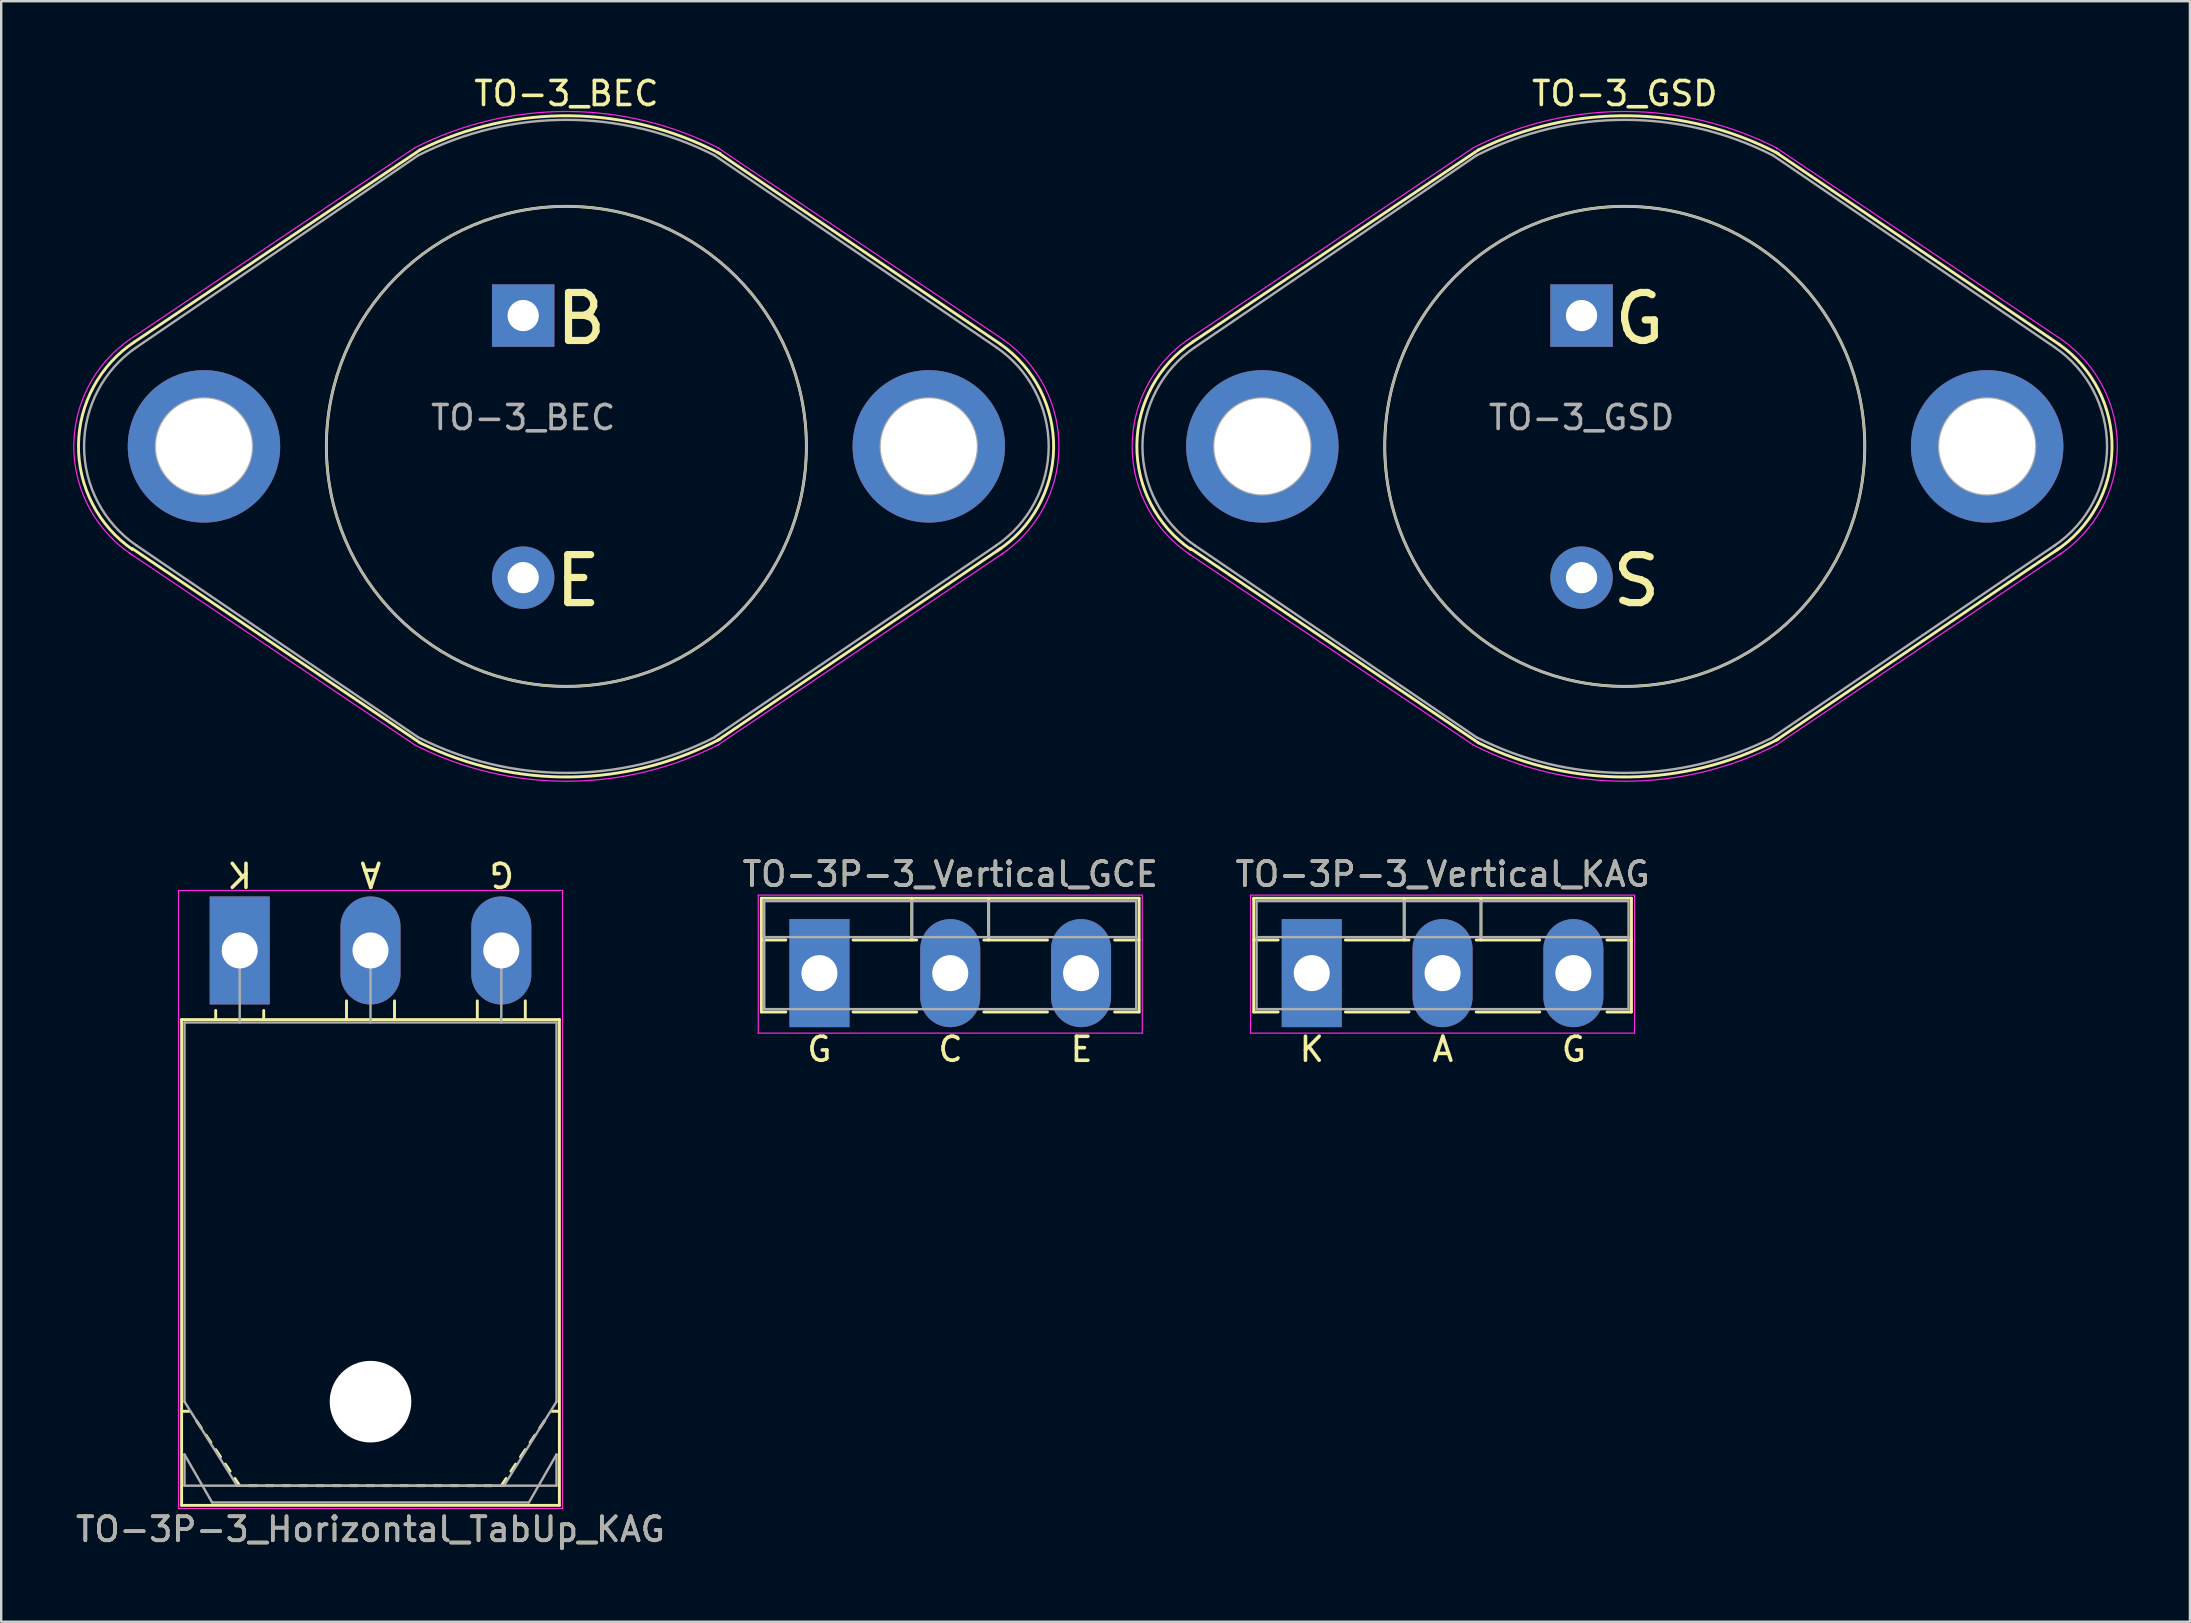
<source format=kicad_pcb>
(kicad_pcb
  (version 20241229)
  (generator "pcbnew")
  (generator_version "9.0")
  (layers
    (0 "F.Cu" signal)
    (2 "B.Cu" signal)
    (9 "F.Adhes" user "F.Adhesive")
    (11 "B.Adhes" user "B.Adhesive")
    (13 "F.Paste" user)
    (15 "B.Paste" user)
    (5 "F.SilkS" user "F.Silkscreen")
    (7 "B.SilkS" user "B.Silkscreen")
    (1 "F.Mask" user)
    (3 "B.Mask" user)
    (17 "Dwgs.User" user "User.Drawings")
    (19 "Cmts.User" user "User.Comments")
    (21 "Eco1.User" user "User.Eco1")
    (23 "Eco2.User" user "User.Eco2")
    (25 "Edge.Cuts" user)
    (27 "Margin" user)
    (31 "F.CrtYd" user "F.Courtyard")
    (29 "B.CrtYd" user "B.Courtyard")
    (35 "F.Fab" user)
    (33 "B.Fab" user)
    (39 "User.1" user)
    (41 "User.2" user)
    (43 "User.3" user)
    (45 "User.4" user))
  (footprint "TO-3P-3_Horizontal_TabUp_KAG"
    (layer "F.Cu")
    (at 6.937 36.55)
    (property "Reference" "TO-3P-3_Horizontal_TabUp_KAG" (at 5.45 24.12 0) (layer "F.SilkS") (effects (font (size 1 1) (thickness 0.15))))
    (fp_line (start -2.42 23.12) (end -2.42 2.88) (stroke (width 0.12) (type solid)) (layer "F.SilkS"))
    (fp_line (start -2.1 19.2) (end -2.4 19.2) (stroke (width 0.12) (type solid)) (layer "F.SilkS"))
    (fp_line (start -1.8 19.6) (end -1.6 19.9) (stroke (width 0.12) (type solid)) (layer "F.SilkS"))
    (fp_line (start -1.4 20.2) (end -1.2 20.5) (stroke (width 0.12) (type solid)) (layer "F.SilkS"))
    (fp_line (start -1 2.85) (end -1 2.5) (stroke (width 0.12) (type solid)) (layer "F.SilkS"))
    (fp_line (start -1 20.8) (end -0.8 21.1) (stroke (width 0.12) (type solid)) (layer "F.SilkS"))
    (fp_line (start -0.6 21.4) (end -0.4 21.7) (stroke (width 0.12) (type solid)) (layer "F.SilkS"))
    (fp_line (start -0.2 22) (end 0 22.3) (stroke (width 0.12) (type solid)) (layer "F.SilkS"))
    (fp_line (start 0.7 22.3) (end 0.4 22.3) (stroke (width 0.12) (type solid)) (layer "F.SilkS"))
    (fp_line (start 1 2.85) (end 1 2.5) (stroke (width 0.12) (type solid)) (layer "F.SilkS"))
    (fp_line (start 1.4 22.3) (end 1.1 22.3) (stroke (width 0.12) (type solid)) (layer "F.SilkS"))
    (fp_line (start 2.1 22.3) (end 1.8 22.3) (stroke (width 0.12) (type solid)) (layer "F.SilkS"))
    (fp_line (start 2.8 22.3) (end 2.5 22.3) (stroke (width 0.12) (type solid)) (layer "F.SilkS"))
    (fp_line (start 3.5 22.3) (end 3.2 22.3) (stroke (width 0.12) (type solid)) (layer "F.SilkS"))
    (fp_line (start 4.2 22.3) (end 3.9 22.3) (stroke (width 0.12) (type solid)) (layer "F.SilkS"))
    (fp_line (start 4.45 2.85) (end 4.45 2.1) (stroke (width 0.12) (type solid)) (layer "F.SilkS"))
    (fp_line (start 4.9 22.3) (end 4.6 22.3) (stroke (width 0.12) (type solid)) (layer "F.SilkS"))
    (fp_line (start 5.6 22.3) (end 5.3 22.3) (stroke (width 0.12) (type solid)) (layer "F.SilkS"))
    (fp_line (start 6.3 22.3) (end 6 22.3) (stroke (width 0.12) (type solid)) (layer "F.SilkS"))
    (fp_line (start 6.45 2.85) (end 6.45 2.1) (stroke (width 0.12) (type solid)) (layer "F.SilkS"))
    (fp_line (start 7 22.3) (end 6.7 22.3) (stroke (width 0.12) (type solid)) (layer "F.SilkS"))
    (fp_line (start 7.7 22.3) (end 7.4 22.3) (stroke (width 0.12) (type solid)) (layer "F.SilkS"))
    (fp_line (start 8.4 22.3) (end 8.1 22.3) (stroke (width 0.12) (type solid)) (layer "F.SilkS"))
    (fp_line (start 9.1 22.3) (end 8.8 22.3) (stroke (width 0.12) (type solid)) (layer "F.SilkS"))
    (fp_line (start 9.8 22.3) (end 9.5 22.3) (stroke (width 0.12) (type solid)) (layer "F.SilkS"))
    (fp_line (start 9.9 2.85) (end 9.9 2.1) (stroke (width 0.12) (type solid)) (layer "F.SilkS"))
    (fp_line (start 10.5 22.3) (end 10.2 22.3) (stroke (width 0.12) (type solid)) (layer "F.SilkS"))
    (fp_line (start 11.1 22) (end 10.9 22.3) (stroke (width 0.12) (type solid)) (layer "F.SilkS"))
    (fp_line (start 11.5 21.4) (end 11.3 21.7) (stroke (width 0.12) (type solid)) (layer "F.SilkS"))
    (fp_line (start 11.9 2.85) (end 11.9 2.1) (stroke (width 0.12) (type solid)) (layer "F.SilkS"))
    (fp_line (start 11.9 20.8) (end 11.7 21.1) (stroke (width 0.12) (type solid)) (layer "F.SilkS"))
    (fp_line (start 12.3 20.2) (end 12.1 20.5) (stroke (width 0.12) (type solid)) (layer "F.SilkS"))
    (fp_line (start 12.7 19.6) (end 12.5 19.9) (stroke (width 0.12) (type solid)) (layer "F.SilkS"))
    (fp_line (start 13 19.2) (end 13.3 19.2) (stroke (width 0.12) (type solid)) (layer "F.SilkS"))
    (fp_line (start 13.32 2.88) (end -2.42 2.88) (stroke (width 0.12) (type solid)) (layer "F.SilkS"))
    (fp_line (start 13.32 23.12) (end -2.42 23.12) (stroke (width 0.12) (type solid)) (layer "F.SilkS"))
    (fp_line (start 13.32 23.12) (end 13.32 2.88) (stroke (width 0.12) (type solid)) (layer "F.SilkS"))
    (fp_line (start -2.55 -2.5) (end -2.55 23.25) (stroke (width 0.05) (type solid)) (layer "F.CrtYd"))
    (fp_line (start -2.55 23.25) (end 13.45 23.25) (stroke (width 0.05) (type solid)) (layer "F.CrtYd"))
    (fp_line (start 13.45 -2.5) (end -2.55 -2.5) (stroke (width 0.05) (type solid)) (layer "F.CrtYd"))
    (fp_line (start 13.45 23.25) (end 13.45 -2.5) (stroke (width 0.05) (type solid)) (layer "F.CrtYd"))
    (fp_line (start -2.3 3) (end -2.3 18.8) (stroke (width 0.1) (type solid)) (layer "F.Fab"))
    (fp_line (start -2.3 18.8) (end -0.11 22.3) (stroke (width 0.1) (type solid)) (layer "F.Fab"))
    (fp_line (start -2.3 21) (end -1.15 23) (stroke (width 0.1) (type solid)) (layer "F.Fab"))
    (fp_line (start -2.3 22.3) (end -2.3 21) (stroke (width 0.1) (type solid)) (layer "F.Fab"))
    (fp_line (start -1.15 23) (end 12.05 23) (stroke (width 0.1) (type solid)) (layer "F.Fab"))
    (fp_line (start -0.11 22.3) (end 11.01 22.3) (stroke (width 0.1) (type solid)) (layer "F.Fab"))
    (fp_line (start 0 3) (end 0 0) (stroke (width 0.1) (type solid)) (layer "F.Fab"))
    (fp_line (start 5.45 3) (end 5.45 0) (stroke (width 0.1) (type solid)) (layer "F.Fab"))
    (fp_line (start 10.9 3) (end 10.9 0) (stroke (width 0.1) (type solid)) (layer "F.Fab"))
    (fp_line (start 11.01 22.3) (end 13.2 18.8) (stroke (width 0.1) (type solid)) (layer "F.Fab"))
    (fp_line (start 12.05 23) (end 13.2 21) (stroke (width 0.1) (type solid)) (layer "F.Fab"))
    (fp_line (start 13.2 3) (end -2.3 3) (stroke (width 0.1) (type solid)) (layer "F.Fab"))
    (fp_line (start 13.2 18.8) (end 13.2 3) (stroke (width 0.1) (type solid)) (layer "F.Fab"))
    (fp_line (start 13.2 21) (end 13.2 22.3) (stroke (width 0.1) (type solid)) (layer "F.Fab"))
    (fp_line (start 13.2 22.3) (end -2.3 22.3) (stroke (width 0.1) (type solid)) (layer "F.Fab"))
    (fp_circle (center 5.45 18.8) (end 7.05 18.8) (stroke (width 0.1) (type solid)) (fill no) (layer "F.Fab"))
    (fp_text user "K" (at 0 -3.175 180) (unlocked yes) (layer "F.SilkS") (effects (font (size 1 1) (thickness 0.15))))
    (fp_text user "G" (at 10.922 -3.175 180) (unlocked yes) (layer "F.SilkS") (effects (font (size 1 1) (thickness 0.15))))
    (fp_text user "A" (at 5.461 -3.175 180) (unlocked yes) (layer "F.SilkS") (effects (font (size 1 1) (thickness 0.15))))
    (fp_text user "${REFERENCE}" (at 5.45 24.12 0) (layer "F.Fab") (effects (font (size 1 1) (thickness 0.15))))
    (pad "" np_thru_hole oval (at 5.45 18.8) (size 3.4 3.4) (drill 3.4) (layers "*.Cu" "*.Mask"))
    (pad "1" thru_hole rect (at 0 0) (size 2.5 4.5) (drill 1.5) (layers "*.Cu" "*.Mask"))
    (pad "2" thru_hole oval (at 5.45 0) (size 2.5 4.5) (drill 1.5) (layers "*.Cu" "*.Mask"))
    (pad "3" thru_hole oval (at 10.9 0) (size 2.5 4.5) (drill 1.5) (layers "*.Cu" "*.Mask")))
  (footprint "TO-3_GSD"
    (layer "F.Cu")
    (at 62.845 10.098)
    (property "Reference" "TO-3_GSD" (at 1.8 -9.25 0) (layer "F.SilkS") (effects (font (size 1 1) (thickness 0.15))))
    (fp_line (start -4.3 -6.9) (end -16.2 1.1) (stroke (width 0.12) (type solid)) (layer "F.SilkS"))
    (fp_line (start -4.3 17.8) (end -16.3 9.7) (stroke (width 0.12) (type solid)) (layer "F.SilkS"))
    (fp_line (start 8.1 -6.8) (end 19.9 1.2) (stroke (width 0.12) (type solid)) (layer "F.SilkS"))
    (fp_line (start 8.1 17.7) (end 19.9 9.7) (stroke (width 0.12) (type solid)) (layer "F.SilkS"))
    (fp_arc (start -16.276967 9.747694) (mid -18.527843 5.403471) (end -16.2 1.1) (stroke (width 0.12) (type solid)) (layer "F.SilkS"))
    (fp_arc (start -4.3 -6.9) (mid 1.971643 -8.323273) (end 8.20587 -6.744152) (stroke (width 0.12) (type solid)) (layer "F.SilkS"))
    (fp_arc (start 8.20587 17.644152) (mid 1.971643 19.223273) (end -4.3 17.8) (stroke (width 0.12) (type solid)) (layer "F.SilkS"))
    (fp_arc (start 19.9 1.2) (mid 22.101343 5.542388) (end 19.747176 9.803859) (stroke (width 0.12) (type solid)) (layer "F.SilkS"))
    (fp_circle (center 1.8 5.45) (end 11.8 5.4) (stroke (width 0.12) (type solid)) (fill no) (layer "F.SilkS"))
    (fp_line (start -4.5 -7) (end -16.4 1) (stroke (width 0.05) (type solid)) (layer "F.CrtYd"))
    (fp_line (start -4.5 17.9) (end -16.4 9.9) (stroke (width 0.05) (type solid)) (layer "F.CrtYd"))
    (fp_line (start 8.1 -7) (end 20 1) (stroke (width 0.05) (type solid)) (layer "F.CrtYd"))
    (fp_line (start 8.1 17.9) (end 20 9.9) (stroke (width 0.05) (type solid)) (layer "F.CrtYd"))
    (fp_arc (start -16.296319 9.970461) (mid -18.722967 5.512679) (end -16.4 1) (stroke (width 0.05) (type solid)) (layer "F.CrtYd"))
    (fp_arc (start -4.5 -7) (mid 1.838841 -8.503171) (end 8.169214 -6.964733) (stroke (width 0.05) (type solid)) (layer "F.CrtYd"))
    (fp_arc (start 8.169214 17.864733) (mid 1.838841 19.403171) (end -4.5 17.9) (stroke (width 0.05) (type solid)) (layer "F.CrtYd"))
    (fp_arc (start 20 1) (mid 22.322967 5.512679) (end 19.896319 9.970461) (stroke (width 0.05) (type solid)) (layer "F.CrtYd"))
    (fp_line (start -4.38 -6.67) (end -16.11 1.32) (stroke (width 0.1) (type solid)) (layer "F.Fab"))
    (fp_line (start -4.38 17.57) (end -16.11 9.58) (stroke (width 0.1) (type solid)) (layer "F.Fab"))
    (fp_line (start 7.98 -6.67) (end 19.71 1.32) (stroke (width 0.1) (type solid)) (layer "F.Fab"))
    (fp_line (start 7.98 17.56) (end 19.71 9.58) (stroke (width 0.1) (type solid)) (layer "F.Fab"))
    (fp_arc (start -16.105547 9.583026) (mid -18.295297 5.452692) (end -16.11 1.32) (stroke (width 0.1) (type solid)) (layer "F.Fab"))
    (fp_arc (start -4.38 -6.67) (mid 1.795945 -8.15466) (end 7.972773 -6.673682) (stroke (width 0.1) (type solid)) (layer "F.Fab"))
    (fp_arc (start 7.972773 17.573682) (mid 1.795945 19.05466) (end -4.38 17.57) (stroke (width 0.1) (type solid)) (layer "F.Fab"))
    (fp_arc (start 19.71 1.32) (mid 21.895297 5.452692) (end 19.705547 9.583026) (stroke (width 0.1) (type solid)) (layer "F.Fab"))
    (fp_circle (center -13.3 5.45) (end -15.3 5.45) (stroke (width 0.1) (type solid)) (fill no) (layer "F.Fab"))
    (fp_circle (center 1.8 5.45) (end 11.8 5.45) (stroke (width 0.1) (type solid)) (fill no) (layer "F.Fab"))
    (fp_circle (center 16.9 5.45) (end 18.9 5.45) (stroke (width 0.1) (type solid)) (fill no) (layer "F.Fab"))
    (fp_text user "S" (at 2.286 11.049 0) (unlocked yes) (layer "F.SilkS") (effects (font (size 2 2) (thickness 0.3))))
    (fp_text user "G" (at 2.413 0.127 0) (unlocked yes) (layer "F.SilkS") (effects (font (size 2 2) (thickness 0.3))))
    (fp_text user "${REFERENCE}" (at 0 4.25 0) (layer "F.Fab") (effects (font (size 1 1) (thickness 0.15))))
    (pad "1" thru_hole rect (at 0 0) (size 2.6 2.6) (drill 1.3) (layers "*.Cu" "*.Mask"))
    (pad "2" thru_hole circle (at 0 10.92) (size 2.6 2.6) (drill 1.3) (layers "*.Cu" "*.Mask"))
    (pad "3" thru_hole circle (at -13.3 5.45) (size 6.35 6.35) (drill 4) (layers "*.Cu" "*.Mask"))
    (pad "3" thru_hole circle (at 16.9 5.45) (size 6.35 6.35) (drill 4) (layers "*.Cu" "*.Mask")))
  (footprint "TO-3P-3_Vertical_GCE"
    (layer "F.Cu")
    (at 31.092 37.495)
    (property "Reference" "TO-3P-3_Vertical_GCE" (at 5.45 -4.12 0) (layer "F.SilkS") (effects (font (size 1 1) (thickness 0.15))))
    (fp_line (start -2.42 -3.12) (end -2.42 1.62) (stroke (width 0.12) (type solid)) (layer "F.SilkS"))
    (fp_line (start -2.42 -3.12) (end 13.32 -3.12) (stroke (width 0.12) (type solid)) (layer "F.SilkS"))
    (fp_line (start -2.42 -1.38) (end -1.4 -1.38) (stroke (width 0.12) (type solid)) (layer "F.SilkS"))
    (fp_line (start -2.42 1.62) (end -1.4 1.62) (stroke (width 0.12) (type solid)) (layer "F.SilkS"))
    (fp_line (start 1.4 -1.38) (end 4.051 -1.38) (stroke (width 0.12) (type solid)) (layer "F.SilkS"))
    (fp_line (start 1.4 1.62) (end 4.051 1.62) (stroke (width 0.12) (type solid)) (layer "F.SilkS"))
    (fp_line (start 3.85 -3.12) (end 3.85 -1.38) (stroke (width 0.12) (type solid)) (layer "F.SilkS"))
    (fp_line (start 6.85 -1.38) (end 9.5 -1.38) (stroke (width 0.12) (type solid)) (layer "F.SilkS"))
    (fp_line (start 6.85 1.62) (end 9.5 1.62) (stroke (width 0.12) (type solid)) (layer "F.SilkS"))
    (fp_line (start 7.051 -3.12) (end 7.051 -1.38) (stroke (width 0.12) (type solid)) (layer "F.SilkS"))
    (fp_line (start 12.3 -1.38) (end 13.32 -1.38) (stroke (width 0.12) (type solid)) (layer "F.SilkS"))
    (fp_line (start 12.3 1.62) (end 13.32 1.62) (stroke (width 0.12) (type solid)) (layer "F.SilkS"))
    (fp_line (start 13.32 -3.12) (end 13.32 1.62) (stroke (width 0.12) (type solid)) (layer "F.SilkS"))
    (fp_line (start -2.55 -3.25) (end -2.55 2.5) (stroke (width 0.05) (type solid)) (layer "F.CrtYd"))
    (fp_line (start -2.55 2.5) (end 13.45 2.5) (stroke (width 0.05) (type solid)) (layer "F.CrtYd"))
    (fp_line (start 13.45 -3.25) (end -2.55 -3.25) (stroke (width 0.05) (type solid)) (layer "F.CrtYd"))
    (fp_line (start 13.45 2.5) (end 13.45 -3.25) (stroke (width 0.05) (type solid)) (layer "F.CrtYd"))
    (fp_line (start -2.3 -3) (end -2.3 1.5) (stroke (width 0.1) (type solid)) (layer "F.Fab"))
    (fp_line (start -2.3 -1.5) (end 13.2 -1.5) (stroke (width 0.1) (type solid)) (layer "F.Fab"))
    (fp_line (start -2.3 1.5) (end 13.2 1.5) (stroke (width 0.1) (type solid)) (layer "F.Fab"))
    (fp_line (start 3.85 -3) (end 3.85 -1.5) (stroke (width 0.1) (type solid)) (layer "F.Fab"))
    (fp_line (start 7.05 -3) (end 7.05 -1.5) (stroke (width 0.1) (type solid)) (layer "F.Fab"))
    (fp_line (start 13.2 -3) (end -2.3 -3) (stroke (width 0.1) (type solid)) (layer "F.Fab"))
    (fp_line (start 13.2 1.5) (end 13.2 -3) (stroke (width 0.1) (type solid)) (layer "F.Fab"))
    (fp_text user "G" (at 0 3.175 0) (unlocked yes) (layer "F.SilkS") (effects (font (size 1 1) (thickness 0.15))))
    (fp_text user "E" (at 10.922 3.175 0) (unlocked yes) (layer "F.SilkS") (effects (font (size 1 1) (thickness 0.15))))
    (fp_text user "C" (at 5.461 3.175 0) (unlocked yes) (layer "F.SilkS") (effects (font (size 1 1) (thickness 0.15))))
    (fp_text user "${REFERENCE}" (at 5.45 -4.12 0) (layer "F.Fab") (effects (font (size 1 1) (thickness 0.15))))
    (pad "1" thru_hole rect (at 0 0) (size 2.5 4.5) (drill 1.5) (layers "*.Cu" "*.Mask"))
    (pad "2" thru_hole oval (at 5.45 0) (size 2.5 4.5) (drill 1.5) (layers "*.Cu" "*.Mask"))
    (pad "3" thru_hole oval (at 10.9 0) (size 2.5 4.5) (drill 1.5) (layers "*.Cu" "*.Mask")))
  (footprint "TO-3P-3_Vertical_KAG"
    (layer "F.Cu")
    (at 51.604 37.495)
    (property "Reference" "TO-3P-3_Vertical_KAG" (at 5.45 -4.12 0) (layer "F.SilkS") (effects (font (size 1 1) (thickness 0.15))))
    (fp_line (start -2.42 -3.12) (end -2.42 1.62) (stroke (width 0.12) (type solid)) (layer "F.SilkS"))
    (fp_line (start -2.42 -3.12) (end 13.32 -3.12) (stroke (width 0.12) (type solid)) (layer "F.SilkS"))
    (fp_line (start -2.42 -1.38) (end -1.4 -1.38) (stroke (width 0.12) (type solid)) (layer "F.SilkS"))
    (fp_line (start -2.42 1.62) (end -1.4 1.62) (stroke (width 0.12) (type solid)) (layer "F.SilkS"))
    (fp_line (start 1.4 -1.38) (end 4.051 -1.38) (stroke (width 0.12) (type solid)) (layer "F.SilkS"))
    (fp_line (start 1.4 1.62) (end 4.051 1.62) (stroke (width 0.12) (type solid)) (layer "F.SilkS"))
    (fp_line (start 3.85 -3.12) (end 3.85 -1.38) (stroke (width 0.12) (type solid)) (layer "F.SilkS"))
    (fp_line (start 6.85 -1.38) (end 9.5 -1.38) (stroke (width 0.12) (type solid)) (layer "F.SilkS"))
    (fp_line (start 6.85 1.62) (end 9.5 1.62) (stroke (width 0.12) (type solid)) (layer "F.SilkS"))
    (fp_line (start 7.051 -3.12) (end 7.051 -1.38) (stroke (width 0.12) (type solid)) (layer "F.SilkS"))
    (fp_line (start 12.3 -1.38) (end 13.32 -1.38) (stroke (width 0.12) (type solid)) (layer "F.SilkS"))
    (fp_line (start 12.3 1.62) (end 13.32 1.62) (stroke (width 0.12) (type solid)) (layer "F.SilkS"))
    (fp_line (start 13.32 -3.12) (end 13.32 1.62) (stroke (width 0.12) (type solid)) (layer "F.SilkS"))
    (fp_line (start -2.55 -3.25) (end -2.55 2.5) (stroke (width 0.05) (type solid)) (layer "F.CrtYd"))
    (fp_line (start -2.55 2.5) (end 13.45 2.5) (stroke (width 0.05) (type solid)) (layer "F.CrtYd"))
    (fp_line (start 13.45 -3.25) (end -2.55 -3.25) (stroke (width 0.05) (type solid)) (layer "F.CrtYd"))
    (fp_line (start 13.45 2.5) (end 13.45 -3.25) (stroke (width 0.05) (type solid)) (layer "F.CrtYd"))
    (fp_line (start -2.3 -3) (end -2.3 1.5) (stroke (width 0.1) (type solid)) (layer "F.Fab"))
    (fp_line (start -2.3 -1.5) (end 13.2 -1.5) (stroke (width 0.1) (type solid)) (layer "F.Fab"))
    (fp_line (start -2.3 1.5) (end 13.2 1.5) (stroke (width 0.1) (type solid)) (layer "F.Fab"))
    (fp_line (start 3.85 -3) (end 3.85 -1.5) (stroke (width 0.1) (type solid)) (layer "F.Fab"))
    (fp_line (start 7.05 -3) (end 7.05 -1.5) (stroke (width 0.1) (type solid)) (layer "F.Fab"))
    (fp_line (start 13.2 -3) (end -2.3 -3) (stroke (width 0.1) (type solid)) (layer "F.Fab"))
    (fp_line (start 13.2 1.5) (end 13.2 -3) (stroke (width 0.1) (type solid)) (layer "F.Fab"))
    (fp_text user "A" (at 5.461 3.175 0) (layer "F.SilkS") (effects (font (size 1 1) (thickness 0.15))))
    (fp_text user "G" (at 10.922 3.175 0) (layer "F.SilkS") (effects (font (size 1 1) (thickness 0.15))))
    (fp_text user "K" (at 0 3.175 0) (layer "F.SilkS") (effects (font (size 1 1) (thickness 0.15))))
    (fp_text user "${REFERENCE}" (at 5.45 -4.12 0) (layer "F.Fab") (effects (font (size 1 1) (thickness 0.15))))
    (pad "1" thru_hole rect (at 0 0) (size 2.5 4.5) (drill 1.5) (layers "*.Cu" "*.Mask"))
    (pad "2" thru_hole oval (at 5.45 0) (size 2.5 4.5) (drill 1.5) (layers "*.Cu" "*.Mask"))
    (pad "3" thru_hole oval (at 10.9 0) (size 2.5 4.5) (drill 1.5) (layers "*.Cu" "*.Mask")))
  (footprint "TO-3_BEC"
    (layer "F.Cu")
    (at 18.748 10.098)
    (property "Reference" "TO-3_BEC" (at 1.8 -9.25 0) (layer "F.SilkS") (effects (font (size 1 1) (thickness 0.15))))
    (fp_line (start -4.3 -6.9) (end -16.2 1.1) (stroke (width 0.12) (type solid)) (layer "F.SilkS"))
    (fp_line (start -4.3 17.8) (end -16.3 9.7) (stroke (width 0.12) (type solid)) (layer "F.SilkS"))
    (fp_line (start 8.1 -6.8) (end 19.9 1.2) (stroke (width 0.12) (type solid)) (layer "F.SilkS"))
    (fp_line (start 8.1 17.7) (end 19.9 9.7) (stroke (width 0.12) (type solid)) (layer "F.SilkS"))
    (fp_arc (start -16.276967 9.747694) (mid -18.527843 5.403471) (end -16.2 1.1) (stroke (width 0.12) (type solid)) (layer "F.SilkS"))
    (fp_arc (start -4.3 -6.9) (mid 1.971643 -8.323273) (end 8.20587 -6.744152) (stroke (width 0.12) (type solid)) (layer "F.SilkS"))
    (fp_arc (start 8.20587 17.644152) (mid 1.971643 19.223273) (end -4.3 17.8) (stroke (width 0.12) (type solid)) (layer "F.SilkS"))
    (fp_arc (start 19.9 1.2) (mid 22.101343 5.542388) (end 19.747176 9.803859) (stroke (width 0.12) (type solid)) (layer "F.SilkS"))
    (fp_circle (center 1.8 5.45) (end 11.8 5.4) (stroke (width 0.12) (type solid)) (fill no) (layer "F.SilkS"))
    (fp_line (start -4.5 -7) (end -16.4 1) (stroke (width 0.05) (type solid)) (layer "F.CrtYd"))
    (fp_line (start -4.5 17.9) (end -16.4 9.9) (stroke (width 0.05) (type solid)) (layer "F.CrtYd"))
    (fp_line (start 8.1 -7) (end 20 1) (stroke (width 0.05) (type solid)) (layer "F.CrtYd"))
    (fp_line (start 8.1 17.9) (end 20 9.9) (stroke (width 0.05) (type solid)) (layer "F.CrtYd"))
    (fp_arc (start -16.296319 9.970461) (mid -18.722967 5.512679) (end -16.4 1) (stroke (width 0.05) (type solid)) (layer "F.CrtYd"))
    (fp_arc (start -4.5 -7) (mid 1.838841 -8.503171) (end 8.169214 -6.964733) (stroke (width 0.05) (type solid)) (layer "F.CrtYd"))
    (fp_arc (start 8.169214 17.864733) (mid 1.838841 19.403171) (end -4.5 17.9) (stroke (width 0.05) (type solid)) (layer "F.CrtYd"))
    (fp_arc (start 20 1) (mid 22.322967 5.512679) (end 19.896319 9.970461) (stroke (width 0.05) (type solid)) (layer "F.CrtYd"))
    (fp_line (start -4.38 -6.67) (end -16.11 1.32) (stroke (width 0.1) (type solid)) (layer "F.Fab"))
    (fp_line (start -4.38 17.57) (end -16.11 9.58) (stroke (width 0.1) (type solid)) (layer "F.Fab"))
    (fp_line (start 7.98 -6.67) (end 19.71 1.32) (stroke (width 0.1) (type solid)) (layer "F.Fab"))
    (fp_line (start 7.98 17.56) (end 19.71 9.58) (stroke (width 0.1) (type solid)) (layer "F.Fab"))
    (fp_arc (start -16.105547 9.583026) (mid -18.295297 5.452692) (end -16.11 1.32) (stroke (width 0.1) (type solid)) (layer "F.Fab"))
    (fp_arc (start -4.38 -6.67) (mid 1.795945 -8.15466) (end 7.972773 -6.673682) (stroke (width 0.1) (type solid)) (layer "F.Fab"))
    (fp_arc (start 7.972773 17.573682) (mid 1.795945 19.05466) (end -4.38 17.57) (stroke (width 0.1) (type solid)) (layer "F.Fab"))
    (fp_arc (start 19.71 1.32) (mid 21.895297 5.452692) (end 19.705547 9.583026) (stroke (width 0.1) (type solid)) (layer "F.Fab"))
    (fp_circle (center -13.3 5.45) (end -15.3 5.45) (stroke (width 0.1) (type solid)) (fill no) (layer "F.Fab"))
    (fp_circle (center 1.8 5.45) (end 11.8 5.45) (stroke (width 0.1) (type solid)) (fill no) (layer "F.Fab"))
    (fp_circle (center 16.9 5.45) (end 18.9 5.45) (stroke (width 0.1) (type solid)) (fill no) (layer "F.Fab"))
    (fp_text user "E" (at 2.286 11.049 0) (unlocked yes) (layer "F.SilkS") (effects (font (size 2 2) (thickness 0.3))))
    (fp_text user "B" (at 2.413 0.127 0) (unlocked yes) (layer "F.SilkS") (effects (font (size 2 2) (thickness 0.3))))
    (fp_text user "${REFERENCE}" (at 0 4.25 0) (layer "F.Fab") (effects (font (size 1 1) (thickness 0.15))))
    (pad "1" thru_hole rect (at 0 0) (size 2.6 2.6) (drill 1.3) (layers "*.Cu" "*.Mask"))
    (pad "2" thru_hole circle (at 0 10.92) (size 2.6 2.6) (drill 1.3) (layers "*.Cu" "*.Mask"))
    (pad "3" thru_hole circle (at -13.3 5.45) (size 6.35 6.35) (drill 4) (layers "*.Cu" "*.Mask"))
    (pad "3" thru_hole circle (at 16.9 5.45) (size 6.35 6.35) (drill 4) (layers "*.Cu" "*.Mask")))
  (gr_rect
    (start -3 -3)
    (end 88.193 64.518)
    (stroke (width 0.1) (type default))
    (fill no)
    (layer "Edge.Cuts")))
</source>
